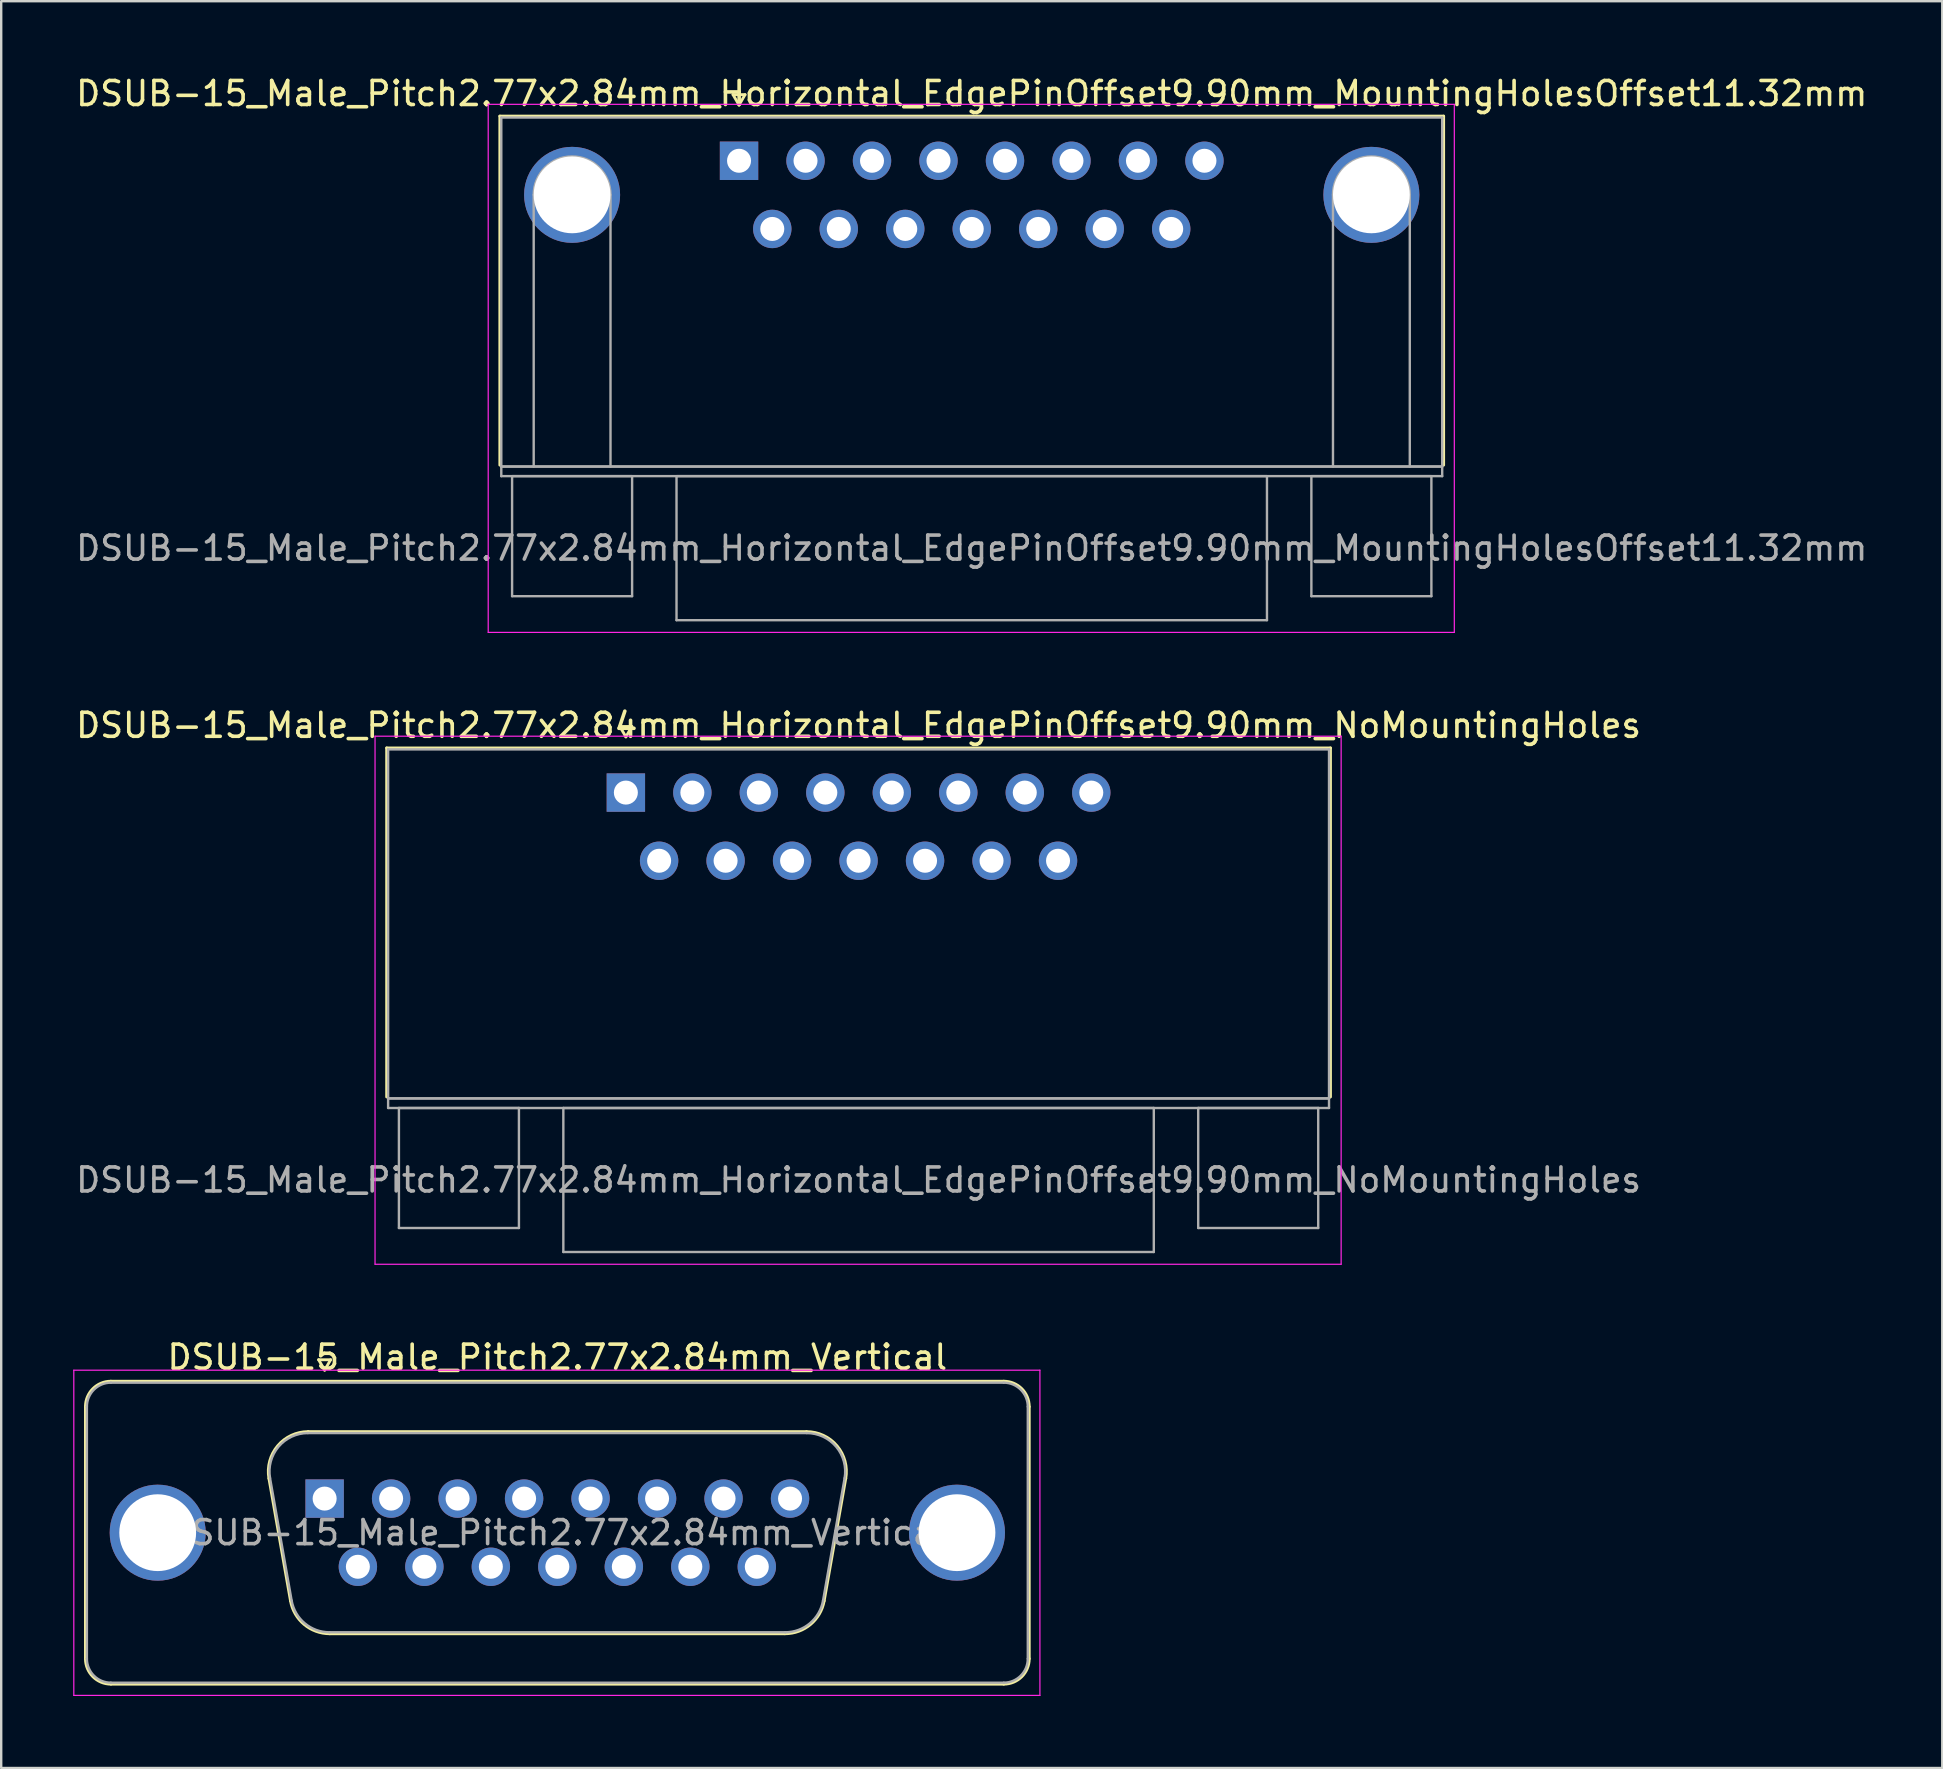
<source format=kicad_pcb>
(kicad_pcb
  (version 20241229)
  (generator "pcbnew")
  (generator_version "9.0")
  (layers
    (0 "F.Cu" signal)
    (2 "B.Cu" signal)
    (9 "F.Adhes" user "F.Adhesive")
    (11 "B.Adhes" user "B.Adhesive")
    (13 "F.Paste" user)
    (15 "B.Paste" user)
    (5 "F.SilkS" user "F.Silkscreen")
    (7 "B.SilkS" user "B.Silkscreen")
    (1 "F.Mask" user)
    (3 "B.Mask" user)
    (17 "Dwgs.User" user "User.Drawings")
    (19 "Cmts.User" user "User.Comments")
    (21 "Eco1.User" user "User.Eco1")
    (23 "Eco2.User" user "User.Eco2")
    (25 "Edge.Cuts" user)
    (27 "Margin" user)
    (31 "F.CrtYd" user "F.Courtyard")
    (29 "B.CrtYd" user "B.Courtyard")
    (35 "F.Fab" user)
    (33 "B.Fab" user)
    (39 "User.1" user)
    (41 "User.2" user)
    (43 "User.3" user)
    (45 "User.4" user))
  (footprint "DSUB-15_Male_Pitch2.77x2.84mm_Horizontal_EdgePinOffset9.90mm_MountingHolesOffset11.32mm"
    (layer "F.Cu")
    (at 27.74 3.648)
    (property "Reference" "DSUB-15_Male_Pitch2.77x2.84mm_Horizontal_EdgePinOffset9.90mm_MountingHolesOffset11.32mm" (at 9.695 -2.8 0) (layer "F.SilkS") (effects (font (size 1 1) (thickness 0.15))))
    (attr through_hole)
    (fp_line (start -9.965 -1.86) (end 29.355 -1.86) (stroke (width 0.12) (type solid)) (layer "F.SilkS"))
    (fp_line (start -9.965 12.68) (end -9.965 -1.86) (stroke (width 0.12) (type solid)) (layer "F.SilkS"))
    (fp_line (start -0.25 -2.754) (end 0.25 -2.754) (stroke (width 0.12) (type solid)) (layer "F.SilkS"))
    (fp_line (start 0 -2.321) (end -0.25 -2.754) (stroke (width 0.12) (type solid)) (layer "F.SilkS"))
    (fp_line (start 0.25 -2.754) (end 0 -2.321) (stroke (width 0.12) (type solid)) (layer "F.SilkS"))
    (fp_line (start 29.355 -1.86) (end 29.355 12.68) (stroke (width 0.12) (type solid)) (layer "F.SilkS"))
    (fp_line (start -10.45 -2.35) (end -10.45 19.65) (stroke (width 0.05) (type solid)) (layer "F.CrtYd"))
    (fp_line (start -10.45 19.65) (end 29.8 19.65) (stroke (width 0.05) (type solid)) (layer "F.CrtYd"))
    (fp_line (start 29.8 -2.35) (end -10.45 -2.35) (stroke (width 0.05) (type solid)) (layer "F.CrtYd"))
    (fp_line (start 29.8 19.65) (end 29.8 -2.35) (stroke (width 0.05) (type solid)) (layer "F.CrtYd"))
    (fp_line (start -9.905 -1.8) (end -9.905 12.74) (stroke (width 0.1) (type solid)) (layer "F.Fab"))
    (fp_line (start -9.905 12.74) (end -9.905 13.14) (stroke (width 0.1) (type solid)) (layer "F.Fab"))
    (fp_line (start -9.905 12.74) (end 29.295 12.74) (stroke (width 0.1) (type solid)) (layer "F.Fab"))
    (fp_line (start -9.905 13.14) (end 29.295 13.14) (stroke (width 0.1) (type solid)) (layer "F.Fab"))
    (fp_line (start -9.455 13.14) (end -9.455 18.14) (stroke (width 0.1) (type solid)) (layer "F.Fab"))
    (fp_line (start -9.455 18.14) (end -4.455 18.14) (stroke (width 0.1) (type solid)) (layer "F.Fab"))
    (fp_line (start -8.555 12.74) (end -8.555 1.42) (stroke (width 0.1) (type solid)) (layer "F.Fab"))
    (fp_line (start -5.355 12.74) (end -5.355 1.42) (stroke (width 0.1) (type solid)) (layer "F.Fab"))
    (fp_line (start -4.455 13.14) (end -9.455 13.14) (stroke (width 0.1) (type solid)) (layer "F.Fab"))
    (fp_line (start -4.455 18.14) (end -4.455 13.14) (stroke (width 0.1) (type solid)) (layer "F.Fab"))
    (fp_line (start -2.605 13.14) (end -2.605 19.14) (stroke (width 0.1) (type solid)) (layer "F.Fab"))
    (fp_line (start -2.605 19.14) (end 21.995 19.14) (stroke (width 0.1) (type solid)) (layer "F.Fab"))
    (fp_line (start 21.995 13.14) (end -2.605 13.14) (stroke (width 0.1) (type solid)) (layer "F.Fab"))
    (fp_line (start 21.995 19.14) (end 21.995 13.14) (stroke (width 0.1) (type solid)) (layer "F.Fab"))
    (fp_line (start 23.845 13.14) (end 23.845 18.14) (stroke (width 0.1) (type solid)) (layer "F.Fab"))
    (fp_line (start 23.845 18.14) (end 28.845 18.14) (stroke (width 0.1) (type solid)) (layer "F.Fab"))
    (fp_line (start 24.745 12.74) (end 24.745 1.42) (stroke (width 0.1) (type solid)) (layer "F.Fab"))
    (fp_line (start 27.945 12.74) (end 27.945 1.42) (stroke (width 0.1) (type solid)) (layer "F.Fab"))
    (fp_line (start 28.845 13.14) (end 23.845 13.14) (stroke (width 0.1) (type solid)) (layer "F.Fab"))
    (fp_line (start 28.845 18.14) (end 28.845 13.14) (stroke (width 0.1) (type solid)) (layer "F.Fab"))
    (fp_line (start 29.295 -1.8) (end -9.905 -1.8) (stroke (width 0.1) (type solid)) (layer "F.Fab"))
    (fp_line (start 29.295 12.74) (end -9.905 12.74) (stroke (width 0.1) (type solid)) (layer "F.Fab"))
    (fp_line (start 29.295 12.74) (end 29.295 -1.8) (stroke (width 0.1) (type solid)) (layer "F.Fab"))
    (fp_line (start 29.295 13.14) (end 29.295 12.74) (stroke (width 0.1) (type solid)) (layer "F.Fab"))
    (fp_arc (start -8.555 1.42) (mid -6.955 -0.18) (end -5.355 1.42) (stroke (width 0.1) (type solid)) (layer "F.Fab"))
    (fp_arc (start 24.745 1.42) (mid 26.345 -0.18) (end 27.945 1.42) (stroke (width 0.1) (type solid)) (layer "F.Fab"))
    (fp_text user "${REFERENCE}" (at 9.695 16.14 0) (layer "F.Fab") (effects (font (size 1 1) (thickness 0.15))))
    (pad "0" thru_hole circle (at -6.955 1.42) (size 4 4) (drill 3.2) (layers "*.Cu" "*.Mask"))
    (pad "0" thru_hole circle (at 26.345 1.42) (size 4 4) (drill 3.2) (layers "*.Cu" "*.Mask"))
    (pad "1" thru_hole rect (at 0 0) (size 1.6 1.6) (drill 1) (layers "*.Cu" "*.Mask"))
    (pad "2" thru_hole circle (at 2.77 0) (size 1.6 1.6) (drill 1) (layers "*.Cu" "*.Mask"))
    (pad "3" thru_hole circle (at 5.54 0) (size 1.6 1.6) (drill 1) (layers "*.Cu" "*.Mask"))
    (pad "4" thru_hole circle (at 8.31 0) (size 1.6 1.6) (drill 1) (layers "*.Cu" "*.Mask"))
    (pad "5" thru_hole circle (at 11.08 0) (size 1.6 1.6) (drill 1) (layers "*.Cu" "*.Mask"))
    (pad "6" thru_hole circle (at 13.85 0) (size 1.6 1.6) (drill 1) (layers "*.Cu" "*.Mask"))
    (pad "7" thru_hole circle (at 16.62 0) (size 1.6 1.6) (drill 1) (layers "*.Cu" "*.Mask"))
    (pad "8" thru_hole circle (at 19.39 0) (size 1.6 1.6) (drill 1) (layers "*.Cu" "*.Mask"))
    (pad "9" thru_hole circle (at 1.385 2.84) (size 1.6 1.6) (drill 1) (layers "*.Cu" "*.Mask"))
    (pad "10" thru_hole circle (at 4.155 2.84) (size 1.6 1.6) (drill 1) (layers "*.Cu" "*.Mask"))
    (pad "11" thru_hole circle (at 6.925 2.84) (size 1.6 1.6) (drill 1) (layers "*.Cu" "*.Mask"))
    (pad "12" thru_hole circle (at 9.695 2.84) (size 1.6 1.6) (drill 1) (layers "*.Cu" "*.Mask"))
    (pad "13" thru_hole circle (at 12.465 2.84) (size 1.6 1.6) (drill 1) (layers "*.Cu" "*.Mask"))
    (pad "14" thru_hole circle (at 15.235 2.84) (size 1.6 1.6) (drill 1) (layers "*.Cu" "*.Mask"))
    (pad "15" thru_hole circle (at 18.005 2.84) (size 1.6 1.6) (drill 1) (layers "*.Cu" "*.Mask")))
  (footprint "DSUB-15_Male_Pitch2.77x2.84mm_Horizontal_EdgePinOffset9.90mm_NoMountingHoles"
    (layer "F.Cu")
    (at 23.025 29.971)
    (property "Reference" "DSUB-15_Male_Pitch2.77x2.84mm_Horizontal_EdgePinOffset9.90mm_NoMountingHoles" (at 9.695 -2.8 0) (layer "F.SilkS") (effects (font (size 1 1) (thickness 0.15))))
    (attr through_hole)
    (fp_line (start -9.965 -1.86) (end 29.355 -1.86) (stroke (width 0.12) (type solid)) (layer "F.SilkS"))
    (fp_line (start -9.965 12.68) (end -9.965 -1.86) (stroke (width 0.12) (type solid)) (layer "F.SilkS"))
    (fp_line (start -0.25 -2.754) (end 0.25 -2.754) (stroke (width 0.12) (type solid)) (layer "F.SilkS"))
    (fp_line (start 0 -2.321) (end -0.25 -2.754) (stroke (width 0.12) (type solid)) (layer "F.SilkS"))
    (fp_line (start 0.25 -2.754) (end 0 -2.321) (stroke (width 0.12) (type solid)) (layer "F.SilkS"))
    (fp_line (start 29.355 -1.86) (end 29.355 12.68) (stroke (width 0.12) (type solid)) (layer "F.SilkS"))
    (fp_line (start -10.45 -2.35) (end -10.45 19.65) (stroke (width 0.05) (type solid)) (layer "F.CrtYd"))
    (fp_line (start -10.45 19.65) (end 29.8 19.65) (stroke (width 0.05) (type solid)) (layer "F.CrtYd"))
    (fp_line (start 29.8 -2.35) (end -10.45 -2.35) (stroke (width 0.05) (type solid)) (layer "F.CrtYd"))
    (fp_line (start 29.8 19.65) (end 29.8 -2.35) (stroke (width 0.05) (type solid)) (layer "F.CrtYd"))
    (fp_line (start -9.905 -1.8) (end -9.905 12.74) (stroke (width 0.1) (type solid)) (layer "F.Fab"))
    (fp_line (start -9.905 12.74) (end -9.905 13.14) (stroke (width 0.1) (type solid)) (layer "F.Fab"))
    (fp_line (start -9.905 12.74) (end 29.295 12.74) (stroke (width 0.1) (type solid)) (layer "F.Fab"))
    (fp_line (start -9.905 13.14) (end 29.295 13.14) (stroke (width 0.1) (type solid)) (layer "F.Fab"))
    (fp_line (start -9.455 13.14) (end -9.455 18.14) (stroke (width 0.1) (type solid)) (layer "F.Fab"))
    (fp_line (start -9.455 18.14) (end -4.455 18.14) (stroke (width 0.1) (type solid)) (layer "F.Fab"))
    (fp_line (start -4.455 13.14) (end -9.455 13.14) (stroke (width 0.1) (type solid)) (layer "F.Fab"))
    (fp_line (start -4.455 18.14) (end -4.455 13.14) (stroke (width 0.1) (type solid)) (layer "F.Fab"))
    (fp_line (start -2.605 13.14) (end -2.605 19.14) (stroke (width 0.1) (type solid)) (layer "F.Fab"))
    (fp_line (start -2.605 19.14) (end 21.995 19.14) (stroke (width 0.1) (type solid)) (layer "F.Fab"))
    (fp_line (start 21.995 13.14) (end -2.605 13.14) (stroke (width 0.1) (type solid)) (layer "F.Fab"))
    (fp_line (start 21.995 19.14) (end 21.995 13.14) (stroke (width 0.1) (type solid)) (layer "F.Fab"))
    (fp_line (start 23.845 13.14) (end 23.845 18.14) (stroke (width 0.1) (type solid)) (layer "F.Fab"))
    (fp_line (start 23.845 18.14) (end 28.845 18.14) (stroke (width 0.1) (type solid)) (layer "F.Fab"))
    (fp_line (start 28.845 13.14) (end 23.845 13.14) (stroke (width 0.1) (type solid)) (layer "F.Fab"))
    (fp_line (start 28.845 18.14) (end 28.845 13.14) (stroke (width 0.1) (type solid)) (layer "F.Fab"))
    (fp_line (start 29.295 -1.8) (end -9.905 -1.8) (stroke (width 0.1) (type solid)) (layer "F.Fab"))
    (fp_line (start 29.295 12.74) (end -9.905 12.74) (stroke (width 0.1) (type solid)) (layer "F.Fab"))
    (fp_line (start 29.295 12.74) (end 29.295 -1.8) (stroke (width 0.1) (type solid)) (layer "F.Fab"))
    (fp_line (start 29.295 13.14) (end 29.295 12.74) (stroke (width 0.1) (type solid)) (layer "F.Fab"))
    (fp_text user "${REFERENCE}" (at 9.695 16.14 0) (layer "F.Fab") (effects (font (size 1 1) (thickness 0.15))))
    (pad "1" thru_hole rect (at 0 0) (size 1.6 1.6) (drill 1) (layers "*.Cu" "*.Mask"))
    (pad "2" thru_hole circle (at 2.77 0) (size 1.6 1.6) (drill 1) (layers "*.Cu" "*.Mask"))
    (pad "3" thru_hole circle (at 5.54 0) (size 1.6 1.6) (drill 1) (layers "*.Cu" "*.Mask"))
    (pad "4" thru_hole circle (at 8.31 0) (size 1.6 1.6) (drill 1) (layers "*.Cu" "*.Mask"))
    (pad "5" thru_hole circle (at 11.08 0) (size 1.6 1.6) (drill 1) (layers "*.Cu" "*.Mask"))
    (pad "6" thru_hole circle (at 13.85 0) (size 1.6 1.6) (drill 1) (layers "*.Cu" "*.Mask"))
    (pad "7" thru_hole circle (at 16.62 0) (size 1.6 1.6) (drill 1) (layers "*.Cu" "*.Mask"))
    (pad "8" thru_hole circle (at 19.39 0) (size 1.6 1.6) (drill 1) (layers "*.Cu" "*.Mask"))
    (pad "9" thru_hole circle (at 1.385 2.84) (size 1.6 1.6) (drill 1) (layers "*.Cu" "*.Mask"))
    (pad "10" thru_hole circle (at 4.155 2.84) (size 1.6 1.6) (drill 1) (layers "*.Cu" "*.Mask"))
    (pad "11" thru_hole circle (at 6.925 2.84) (size 1.6 1.6) (drill 1) (layers "*.Cu" "*.Mask"))
    (pad "12" thru_hole circle (at 9.695 2.84) (size 1.6 1.6) (drill 1) (layers "*.Cu" "*.Mask"))
    (pad "13" thru_hole circle (at 12.465 2.84) (size 1.6 1.6) (drill 1) (layers "*.Cu" "*.Mask"))
    (pad "14" thru_hole circle (at 15.235 2.84) (size 1.6 1.6) (drill 1) (layers "*.Cu" "*.Mask"))
    (pad "15" thru_hole circle (at 18.005 2.84) (size 1.6 1.6) (drill 1) (layers "*.Cu" "*.Mask")))
  (footprint "DSUB-15_Male_Pitch2.77x2.84mm_Vertical"
    (layer "F.Cu")
    (at 10.475 59.385)
    (property "Reference" "DSUB-15_Male_Pitch2.77x2.84mm_Vertical" (at 9.695 -5.89 0) (layer "F.SilkS") (effects (font (size 1 1) (thickness 0.15))))
    (attr through_hole)
    (fp_line (start -9.965 6.67) (end -9.965 -3.83) (stroke (width 0.12) (type solid)) (layer "F.SilkS"))
    (fp_line (start -8.905 -4.89) (end 28.295 -4.89) (stroke (width 0.12) (type solid)) (layer "F.SilkS"))
    (fp_line (start -2.321 -0.842) (end -1.422 4.258) (stroke (width 0.12) (type solid)) (layer "F.SilkS"))
    (fp_line (start -0.687 -2.79) (end 20.077 -2.79) (stroke (width 0.12) (type solid)) (layer "F.SilkS"))
    (fp_line (start -0.25 -5.784) (end 0.25 -5.784) (stroke (width 0.12) (type solid)) (layer "F.SilkS"))
    (fp_line (start 0 -5.351) (end -0.25 -5.784) (stroke (width 0.12) (type solid)) (layer "F.SilkS"))
    (fp_line (start 0.213 5.63) (end 19.177 5.63) (stroke (width 0.12) (type solid)) (layer "F.SilkS"))
    (fp_line (start 0.25 -5.784) (end 0 -5.351) (stroke (width 0.12) (type solid)) (layer "F.SilkS"))
    (fp_line (start 21.711 -0.842) (end 20.812 4.258) (stroke (width 0.12) (type solid)) (layer "F.SilkS"))
    (fp_line (start 28.295 7.73) (end -8.905 7.73) (stroke (width 0.12) (type solid)) (layer "F.SilkS"))
    (fp_line (start 29.355 -3.83) (end 29.355 6.67) (stroke (width 0.12) (type solid)) (layer "F.SilkS"))
    (fp_arc (start -9.965 -3.83) (mid -9.654533 -4.579533) (end -8.905 -4.89) (stroke (width 0.12) (type solid)) (layer "F.SilkS"))
    (fp_arc (start -8.905 7.73) (mid -9.654533 7.419533) (end -9.965 6.67) (stroke (width 0.12) (type solid)) (layer "F.SilkS"))
    (fp_arc (start -2.32147 -0.841744) (mid -1.958323 -2.197028) (end -0.686689 -2.79) (stroke (width 0.12) (type solid)) (layer "F.SilkS"))
    (fp_arc (start 0.212579 5.63) (mid -0.854448 5.241634) (end -1.422202 4.258256) (stroke (width 0.12) (type solid)) (layer "F.SilkS"))
    (fp_arc (start 20.076689 -2.79) (mid 21.348323 -2.197027) (end 21.71147 -0.841744) (stroke (width 0.12) (type solid)) (layer "F.SilkS"))
    (fp_arc (start 20.812202 4.258256) (mid 20.244449 5.241634) (end 19.177421 5.63) (stroke (width 0.12) (type solid)) (layer "F.SilkS"))
    (fp_arc (start 28.295 -4.89) (mid 29.044533 -4.579533) (end 29.355 -3.83) (stroke (width 0.12) (type solid)) (layer "F.SilkS"))
    (fp_arc (start 29.355 6.67) (mid 29.044533 7.419533) (end 28.295 7.73) (stroke (width 0.12) (type solid)) (layer "F.SilkS"))
    (fp_line (start -10.45 -5.35) (end -10.45 8.2) (stroke (width 0.05) (type solid)) (layer "F.CrtYd"))
    (fp_line (start -10.45 8.2) (end 29.8 8.2) (stroke (width 0.05) (type solid)) (layer "F.CrtYd"))
    (fp_line (start 29.8 -5.35) (end -10.45 -5.35) (stroke (width 0.05) (type solid)) (layer "F.CrtYd"))
    (fp_line (start 29.8 8.2) (end 29.8 -5.35) (stroke (width 0.05) (type solid)) (layer "F.CrtYd"))
    (fp_line (start -9.905 6.67) (end -9.905 -3.83) (stroke (width 0.1) (type solid)) (layer "F.Fab"))
    (fp_line (start -8.905 -4.83) (end 28.295 -4.83) (stroke (width 0.1) (type solid)) (layer "F.Fab"))
    (fp_line (start -2.274 -0.852) (end -1.375 4.248) (stroke (width 0.1) (type solid)) (layer "F.Fab"))
    (fp_line (start -0.698 -2.73) (end 20.088 -2.73) (stroke (width 0.1) (type solid)) (layer "F.Fab"))
    (fp_line (start 0.201 5.57) (end 19.189 5.57) (stroke (width 0.1) (type solid)) (layer "F.Fab"))
    (fp_line (start 21.664 -0.852) (end 20.765 4.248) (stroke (width 0.1) (type solid)) (layer "F.Fab"))
    (fp_line (start 28.295 7.67) (end -8.905 7.67) (stroke (width 0.1) (type solid)) (layer "F.Fab"))
    (fp_line (start 29.295 -3.83) (end 29.295 6.67) (stroke (width 0.1) (type solid)) (layer "F.Fab"))
    (fp_arc (start -9.905 -3.83) (mid -9.612107 -4.537107) (end -8.905 -4.83) (stroke (width 0.1) (type solid)) (layer "F.Fab"))
    (fp_arc (start -8.905 7.67) (mid -9.612107 7.377107) (end -9.905 6.67) (stroke (width 0.1) (type solid)) (layer "F.Fab"))
    (fp_arc (start -2.273886 -0.852163) (mid -1.923865 -2.15846) (end -0.698194 -2.73) (stroke (width 0.1) (type solid)) (layer "F.Fab"))
    (fp_arc (start 0.201073 5.57) (mid -0.827387 5.195671) (end -1.374619 4.247837) (stroke (width 0.1) (type solid)) (layer "F.Fab"))
    (fp_arc (start 20.088194 -2.73) (mid 21.313865 -2.15846) (end 21.663886 -0.852163) (stroke (width 0.1) (type solid)) (layer "F.Fab"))
    (fp_arc (start 20.764619 4.247837) (mid 20.217387 5.195671) (end 19.188927 5.57) (stroke (width 0.1) (type solid)) (layer "F.Fab"))
    (fp_arc (start 28.295 -4.83) (mid 29.002107 -4.537107) (end 29.295 -3.83) (stroke (width 0.1) (type solid)) (layer "F.Fab"))
    (fp_arc (start 29.295 6.67) (mid 29.002107 7.377107) (end 28.295 7.67) (stroke (width 0.1) (type solid)) (layer "F.Fab"))
    (fp_text user "${REFERENCE}" (at 9.695 1.42 0) (layer "F.Fab") (effects (font (size 1 1) (thickness 0.15))))
    (pad "0" thru_hole circle (at -6.955 1.42) (size 4 4) (drill 3.2) (layers "*.Cu" "*.Mask"))
    (pad "0" thru_hole circle (at 26.345 1.42) (size 4 4) (drill 3.2) (layers "*.Cu" "*.Mask"))
    (pad "1" thru_hole rect (at 0 0) (size 1.6 1.6) (drill 1) (layers "*.Cu" "*.Mask"))
    (pad "2" thru_hole circle (at 2.77 0) (size 1.6 1.6) (drill 1) (layers "*.Cu" "*.Mask"))
    (pad "3" thru_hole circle (at 5.54 0) (size 1.6 1.6) (drill 1) (layers "*.Cu" "*.Mask"))
    (pad "4" thru_hole circle (at 8.31 0) (size 1.6 1.6) (drill 1) (layers "*.Cu" "*.Mask"))
    (pad "5" thru_hole circle (at 11.08 0) (size 1.6 1.6) (drill 1) (layers "*.Cu" "*.Mask"))
    (pad "6" thru_hole circle (at 13.85 0) (size 1.6 1.6) (drill 1) (layers "*.Cu" "*.Mask"))
    (pad "7" thru_hole circle (at 16.62 0) (size 1.6 1.6) (drill 1) (layers "*.Cu" "*.Mask"))
    (pad "8" thru_hole circle (at 19.39 0) (size 1.6 1.6) (drill 1) (layers "*.Cu" "*.Mask"))
    (pad "9" thru_hole circle (at 1.385 2.84) (size 1.6 1.6) (drill 1) (layers "*.Cu" "*.Mask"))
    (pad "10" thru_hole circle (at 4.155 2.84) (size 1.6 1.6) (drill 1) (layers "*.Cu" "*.Mask"))
    (pad "11" thru_hole circle (at 6.925 2.84) (size 1.6 1.6) (drill 1) (layers "*.Cu" "*.Mask"))
    (pad "12" thru_hole circle (at 9.695 2.84) (size 1.6 1.6) (drill 1) (layers "*.Cu" "*.Mask"))
    (pad "13" thru_hole circle (at 12.465 2.84) (size 1.6 1.6) (drill 1) (layers "*.Cu" "*.Mask"))
    (pad "14" thru_hole circle (at 15.235 2.84) (size 1.6 1.6) (drill 1) (layers "*.Cu" "*.Mask"))
    (pad "15" thru_hole circle (at 18.005 2.84) (size 1.6 1.6) (drill 1) (layers "*.Cu" "*.Mask")))
  (gr_rect
    (start -3 -3)
    (end 77.869 70.61)
    (stroke (width 0.1) (type default))
    (fill no)
    (layer "Edge.Cuts")))
</source>
